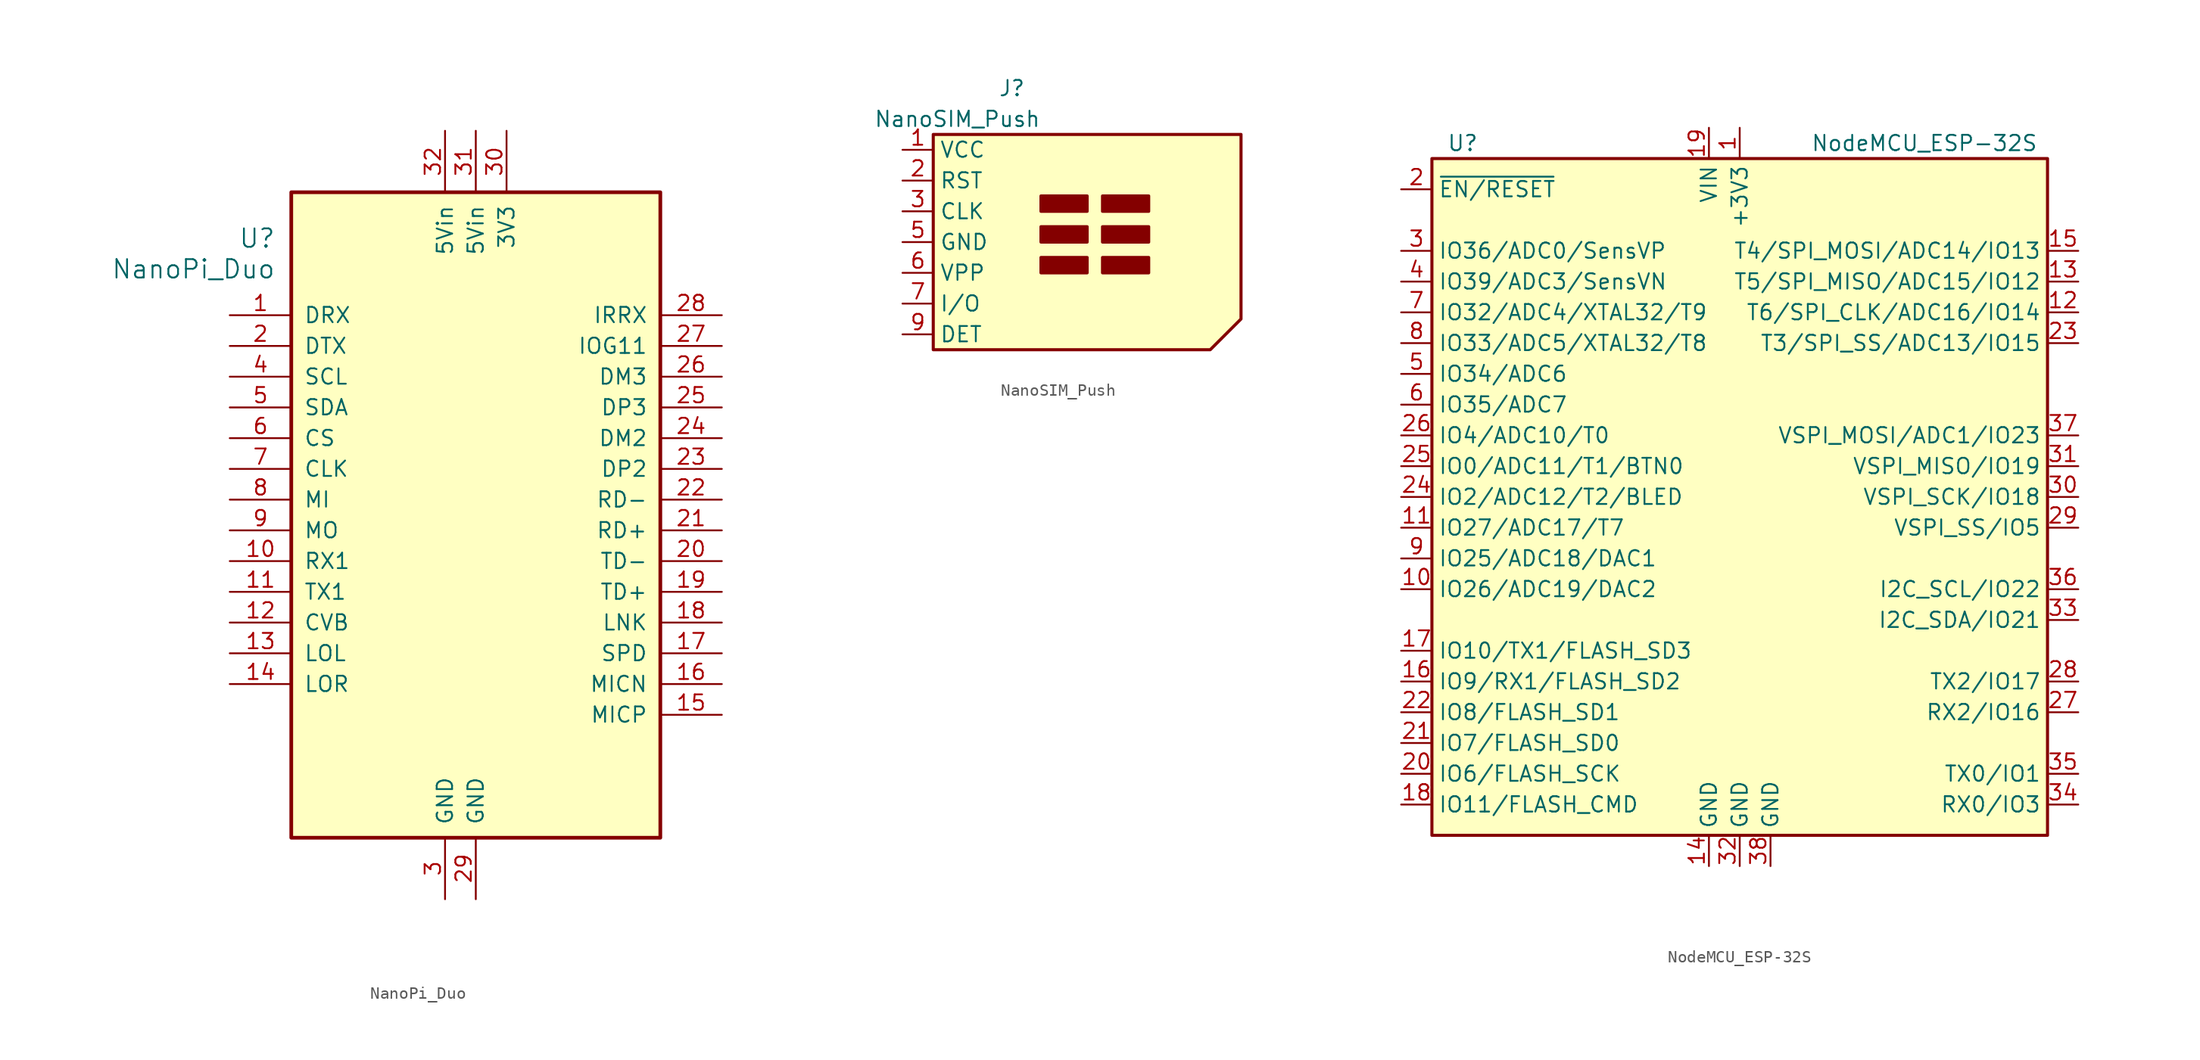
<source format=kicad_sym>
(kicad_symbol_lib
  (version 20211014)
  (generator kicad_symbol_editor)
  (symbol "NanoPi_Duo"
    (pin_names
      (offset 1.016))
    (property "Reference" "U"
      (at -16.51 22.86 0)
      (effects (font (size 1.524 1.524)) (justify right)))
    (property "Value" "NanoPi_Duo"
      (at -16.51 20.32 0)
      (effects (font (size 1.524 1.524)) (justify right)))
    (symbol "NanoPi_Duo_1_1"
      (rectangle (start -15.24 26.67) (end 15.24 -26.67) (stroke (width 0.305) (type default) (color 0 0 0 0)) (fill (type background)))
      (pin input line (at -20.32 16.51 0) (length 5.08) (name "DRX" (effects (font (size 1.27 1.27)))) (number "1" (effects (font (size 1.27 1.27)))))
      (pin input line (at -20.32 -3.81 0) (length 5.08) (name "RX1" (effects (font (size 1.27 1.27)))) (number "10" (effects (font (size 1.27 1.27)))))
      (pin output line (at -20.32 -6.35 0) (length 5.08) (name "TX1" (effects (font (size 1.27 1.27)))) (number "11" (effects (font (size 1.27 1.27)))))
      (pin bidirectional line (at -20.32 -8.89 0) (length 5.08) (name "CVB" (effects (font (size 1.27 1.27)))) (number "12" (effects (font (size 1.27 1.27)))))
      (pin output line (at -20.32 -11.43 0) (length 5.08) (name "LOL" (effects (font (size 1.27 1.27)))) (number "13" (effects (font (size 1.27 1.27)))))
      (pin output line (at -20.32 -13.97 0) (length 5.08) (name "LOR" (effects (font (size 1.27 1.27)))) (number "14" (effects (font (size 1.27 1.27)))))
      (pin input line (at 20.32 -16.51 180) (length 5.08) (name "MICP" (effects (font (size 1.27 1.27)))) (number "15" (effects (font (size 1.27 1.27)))))
      (pin input line (at 20.32 -13.97 180) (length 5.08) (name "MICN" (effects (font (size 1.27 1.27)))) (number "16" (effects (font (size 1.27 1.27)))))
      (pin input line (at 20.32 -11.43 180) (length 5.08) (name "SPD" (effects (font (size 1.27 1.27)))) (number "17" (effects (font (size 1.27 1.27)))))
      (pin input line (at 20.32 -8.89 180) (length 5.08) (name "LNK" (effects (font (size 1.27 1.27)))) (number "18" (effects (font (size 1.27 1.27)))))
      (pin output line (at 20.32 -6.35 180) (length 5.08) (name "TD+" (effects (font (size 1.27 1.27)))) (number "19" (effects (font (size 1.27 1.27)))))
      (pin output line (at -20.32 13.97 0) (length 5.08) (name "DTX" (effects (font (size 1.27 1.27)))) (number "2" (effects (font (size 1.27 1.27)))))
      (pin output line (at 20.32 -3.81 180) (length 5.08) (name "TD-" (effects (font (size 1.27 1.27)))) (number "20" (effects (font (size 1.27 1.27)))))
      (pin input line (at 20.32 -1.27 180) (length 5.08) (name "RD+" (effects (font (size 1.27 1.27)))) (number "21" (effects (font (size 1.27 1.27)))))
      (pin input line (at 20.32 1.27 180) (length 5.08) (name "RD-" (effects (font (size 1.27 1.27)))) (number "22" (effects (font (size 1.27 1.27)))))
      (pin bidirectional line (at 20.32 3.81 180) (length 5.08) (name "DP2" (effects (font (size 1.27 1.27)))) (number "23" (effects (font (size 1.27 1.27)))))
      (pin bidirectional line (at 20.32 6.35 180) (length 5.08) (name "DM2" (effects (font (size 1.27 1.27)))) (number "24" (effects (font (size 1.27 1.27)))))
      (pin bidirectional line (at 20.32 8.89 180) (length 5.08) (name "DP3" (effects (font (size 1.27 1.27)))) (number "25" (effects (font (size 1.27 1.27)))))
      (pin bidirectional line (at 20.32 11.43 180) (length 5.08) (name "DM3" (effects (font (size 1.27 1.27)))) (number "26" (effects (font (size 1.27 1.27)))))
      (pin input line (at 20.32 13.97 180) (length 5.08) (name "IOG11" (effects (font (size 1.27 1.27)))) (number "27" (effects (font (size 1.27 1.27)))))
      (pin input line (at 20.32 16.51 180) (length 5.08) (name "IRRX" (effects (font (size 1.27 1.27)))) (number "28" (effects (font (size 1.27 1.27)))))
      (pin power_in line (at 0 -31.75 90) (length 5.08) (name "GND" (effects (font (size 1.27 1.27)))) (number "29" (effects (font (size 1.27 1.27)))))
      (pin power_in line (at -2.54 -31.75 90) (length 5.08) (name "GND" (effects (font (size 1.27 1.27)))) (number "3" (effects (font (size 1.27 1.27)))))
      (pin power_out line (at 2.54 31.75 270) (length 5.08) (name "3V3" (effects (font (size 1.27 1.27)))) (number "30" (effects (font (size 1.27 1.27)))))
      (pin power_in line (at 0 31.75 270) (length 5.08) (name "5Vin" (effects (font (size 1.27 1.27)))) (number "31" (effects (font (size 1.27 1.27)))))
      (pin power_in line (at -2.54 31.75 270) (length 5.08) (name "5Vin" (effects (font (size 1.27 1.27)))) (number "32" (effects (font (size 1.27 1.27)))))
      (pin input line (at -20.32 11.43 0) (length 5.08) (name "SCL" (effects (font (size 1.27 1.27)))) (number "4" (effects (font (size 1.27 1.27)))))
      (pin bidirectional line (at -20.32 8.89 0) (length 5.08) (name "SDA" (effects (font (size 1.27 1.27)))) (number "5" (effects (font (size 1.27 1.27)))))
      (pin bidirectional line (at -20.32 6.35 0) (length 5.08) (name "CS" (effects (font (size 1.27 1.27)))) (number "6" (effects (font (size 1.27 1.27)))))
      (pin bidirectional line (at -20.32 3.81 0) (length 5.08) (name "CLK" (effects (font (size 1.27 1.27)))) (number "7" (effects (font (size 1.27 1.27)))))
      (pin input line (at -20.32 1.27 0) (length 5.08) (name "MI" (effects (font (size 1.27 1.27)))) (number "8" (effects (font (size 1.27 1.27)))))
      (pin output line (at -20.32 -1.27 0) (length 5.08) (name "MO" (effects (font (size 1.27 1.27)))) (number "9" (effects (font (size 1.27 1.27)))))))
  (symbol "NanoSIM_Push"
    (property "Reference" "J"
      (at -2.54 12.7 0)
      (effects (font (size 1.27 1.27)) (justify right)))
    (property "Value" "NanoSIM_Push"
      (at -1.27 10.16 0)
      (effects (font (size 1.27 1.27)) (justify right)))
    (symbol "NanoSIM_Push_0_1"
      (rectangle (start -1.27 -2.54) (end 2.54 -1.27) (stroke (width 0.254) (type default) (color 0 0 0 0)) (fill (type outline)))
      (rectangle (start -1.27 0) (end 2.54 1.27) (stroke (width 0.254) (type default) (color 0 0 0 0)) (fill (type outline)))
      (rectangle (start -1.27 2.54) (end 2.54 3.81) (stroke (width 0.254) (type default) (color 0 0 0 0)) (fill (type outline)))
      (polyline (pts (xy -10.16 8.89) (xy 15.24 8.89) (xy 15.24 -6.35) (xy 12.7 -8.89) (xy -10.16 -8.89) (xy -10.16 8.89)) (stroke (width 0.254) (type default) (color 0 0 0 0)) (fill (type background)))
      (rectangle (start 3.81 -1.27) (end 7.62 -2.54) (stroke (width 0.254) (type default) (color 0 0 0 0)) (fill (type outline)))
      (rectangle (start 3.81 0) (end 7.62 1.27) (stroke (width 0.254) (type default) (color 0 0 0 0)) (fill (type outline)))
      (rectangle (start 3.81 2.54) (end 7.62 3.81) (stroke (width 0.254) (type default) (color 0 0 0 0)) (fill (type outline))))
    (symbol "NanoSIM_Push_1_1"
      (pin power_in line (at -12.7 7.62 0) (length 2.54) (name "VCC" (effects (font (size 1.27 1.27)))) (number "1" (effects (font (size 1.27 1.27)))))
      (pin input line (at -12.7 5.08 0) (length 2.54) (name "RST" (effects (font (size 1.27 1.27)))) (number "2" (effects (font (size 1.27 1.27)))))
      (pin input line (at -12.7 2.54 0) (length 2.54) (name "CLK" (effects (font (size 1.27 1.27)))) (number "3" (effects (font (size 1.27 1.27)))))
      (pin power_in line (at -12.7 0 0) (length 2.54) (name "GND" (effects (font (size 1.27 1.27)))) (number "5" (effects (font (size 1.27 1.27)))))
      (pin input line (at -12.7 -2.54 0) (length 2.54) (name "VPP" (effects (font (size 1.27 1.27)))) (number "6" (effects (font (size 1.27 1.27)))))
      (pin bidirectional line (at -12.7 -5.08 0) (length 2.54) (name "I/O" (effects (font (size 1.27 1.27)))) (number "7" (effects (font (size 1.27 1.27)))))
      (pin output line (at -12.7 -7.62 0) (length 2.54) (name "DET" (effects (font (size 1.27 1.27)))) (number "9" (effects (font (size 1.27 1.27)))))))
  (symbol "NodeMCU_ESP-32S"
    (property "Reference" "U"
      (at -22.86 29.21 0)
      (effects (font (size 1.27 1.27))))
    (property "Value" "NodeMCU_ESP-32S"
      (at 15.24 29.21 0)
      (effects (font (size 1.27 1.27))))
    (symbol "NodeMCU_ESP-32S_0_1"
      (rectangle (start -25.4 -27.94) (end 25.4 27.94) (stroke (width 0.254) (type default) (color 0 0 0 0)) (fill (type background))))
    (symbol "NodeMCU_ESP-32S_1_1"
      (pin power_in line (at 0 30.48 270) (length 2.54) (name "+3V3" (effects (font (size 1.27 1.27)))) (number "1" (effects (font (size 1.27 1.27)))))
      (pin bidirectional line (at -27.94 -7.62 0) (length 2.54) (name "IO26/ADC19/DAC2" (effects (font (size 1.27 1.27)))) (number "10" (effects (font (size 1.27 1.27)))))
      (pin bidirectional line (at -27.94 -2.54 0) (length 2.54) (name "IO27/ADC17/T7" (effects (font (size 1.27 1.27)))) (number "11" (effects (font (size 1.27 1.27)))))
      (pin bidirectional line (at 27.94 15.24 180) (length 2.54) (name "T6/SPI_CLK/ADC16/IO14" (effects (font (size 1.27 1.27)))) (number "12" (effects (font (size 1.27 1.27)))))
      (pin bidirectional line (at 27.94 17.78 180) (length 2.54) (name "T5/SPI_MISO/ADC15/IO12" (effects (font (size 1.27 1.27)))) (number "13" (effects (font (size 1.27 1.27)))))
      (pin power_in line (at -2.54 -30.48 90) (length 2.54) (name "GND" (effects (font (size 1.27 1.27)))) (number "14" (effects (font (size 1.27 1.27)))))
      (pin bidirectional line (at 27.94 20.32 180) (length 2.54) (name "T4/SPI_MOSI/ADC14/IO13" (effects (font (size 1.27 1.27)))) (number "15" (effects (font (size 1.27 1.27)))))
      (pin bidirectional line (at -27.94 -15.24 0) (length 2.54) (name "IO9/RX1/FLASH_SD2" (effects (font (size 1.27 1.27)))) (number "16" (effects (font (size 1.27 1.27)))))
      (pin bidirectional line (at -27.94 -12.7 0) (length 2.54) (name "IO10/TX1/FLASH_SD3" (effects (font (size 1.27 1.27)))) (number "17" (effects (font (size 1.27 1.27)))))
      (pin bidirectional line (at -27.94 -25.4 0) (length 2.54) (name "IO11/FLASH_CMD" (effects (font (size 1.27 1.27)))) (number "18" (effects (font (size 1.27 1.27)))))
      (pin power_in line (at -2.54 30.48 270) (length 2.54) (name "VIN" (effects (font (size 1.27 1.27)))) (number "19" (effects (font (size 1.27 1.27)))))
      (pin input line (at -27.94 25.4 0) (length 2.54) (name "~{EN/RESET}" (effects (font (size 1.27 1.27)))) (number "2" (effects (font (size 1.27 1.27)))))
      (pin bidirectional line (at -27.94 -22.86 0) (length 2.54) (name "IO6/FLASH_SCK" (effects (font (size 1.27 1.27)))) (number "20" (effects (font (size 1.27 1.27)))))
      (pin bidirectional line (at -27.94 -20.32 0) (length 2.54) (name "IO7/FLASH_SD0" (effects (font (size 1.27 1.27)))) (number "21" (effects (font (size 1.27 1.27)))))
      (pin bidirectional line (at -27.94 -17.78 0) (length 2.54) (name "IO8/FLASH_SD1" (effects (font (size 1.27 1.27)))) (number "22" (effects (font (size 1.27 1.27)))))
      (pin bidirectional line (at 27.94 12.7 180) (length 2.54) (name "T3/SPI_SS/ADC13/IO15" (effects (font (size 1.27 1.27)))) (number "23" (effects (font (size 1.27 1.27)))))
      (pin bidirectional line (at -27.94 0 0) (length 2.54) (name "IO2/ADC12/T2/BLED" (effects (font (size 1.27 1.27)))) (number "24" (effects (font (size 1.27 1.27)))))
      (pin bidirectional line (at -27.94 2.54 0) (length 2.54) (name "IO0/ADC11/T1/BTN0" (effects (font (size 1.27 1.27)))) (number "25" (effects (font (size 1.27 1.27)))))
      (pin bidirectional line (at -27.94 5.08 0) (length 2.54) (name "IO4/ADC10/T0" (effects (font (size 1.27 1.27)))) (number "26" (effects (font (size 1.27 1.27)))))
      (pin bidirectional line (at 27.94 -17.78 180) (length 2.54) (name "RX2/IO16" (effects (font (size 1.27 1.27)))) (number "27" (effects (font (size 1.27 1.27)))))
      (pin bidirectional line (at 27.94 -15.24 180) (length 2.54) (name "TX2/IO17" (effects (font (size 1.27 1.27)))) (number "28" (effects (font (size 1.27 1.27)))))
      (pin bidirectional line (at 27.94 -2.54 180) (length 2.54) (name "VSPI_SS/IO5" (effects (font (size 1.27 1.27)))) (number "29" (effects (font (size 1.27 1.27)))))
      (pin bidirectional line (at -27.94 20.32 0) (length 2.54) (name "IO36/ADC0/SensVP" (effects (font (size 1.27 1.27)))) (number "3" (effects (font (size 1.27 1.27)))))
      (pin bidirectional line (at 27.94 0 180) (length 2.54) (name "VSPI_SCK/IO18" (effects (font (size 1.27 1.27)))) (number "30" (effects (font (size 1.27 1.27)))))
      (pin bidirectional line (at 27.94 2.54 180) (length 2.54) (name "VSPI_MISO/IO19" (effects (font (size 1.27 1.27)))) (number "31" (effects (font (size 1.27 1.27)))))
      (pin power_in line (at 0 -30.48 90) (length 2.54) (name "GND" (effects (font (size 1.27 1.27)))) (number "32" (effects (font (size 1.27 1.27)))))
      (pin bidirectional line (at 27.94 -10.16 180) (length 2.54) (name "I2C_SDA/IO21" (effects (font (size 1.27 1.27)))) (number "33" (effects (font (size 1.27 1.27)))))
      (pin bidirectional line (at 27.94 -25.4 180) (length 2.54) (name "RX0/IO3" (effects (font (size 1.27 1.27)))) (number "34" (effects (font (size 1.27 1.27)))))
      (pin bidirectional line (at 27.94 -22.86 180) (length 2.54) (name "TX0/IO1" (effects (font (size 1.27 1.27)))) (number "35" (effects (font (size 1.27 1.27)))))
      (pin bidirectional line (at 27.94 -7.62 180) (length 2.54) (name "I2C_SCL/IO22" (effects (font (size 1.27 1.27)))) (number "36" (effects (font (size 1.27 1.27)))))
      (pin bidirectional line (at 27.94 5.08 180) (length 2.54) (name "VSPI_MOSI/ADC1/IO23" (effects (font (size 1.27 1.27)))) (number "37" (effects (font (size 1.27 1.27)))))
      (pin power_in line (at 2.54 -30.48 90) (length 2.54) (name "GND" (effects (font (size 1.27 1.27)))) (number "38" (effects (font (size 1.27 1.27)))))
      (pin bidirectional line (at -27.94 17.78 0) (length 2.54) (name "IO39/ADC3/SensVN" (effects (font (size 1.27 1.27)))) (number "4" (effects (font (size 1.27 1.27)))))
      (pin bidirectional line (at -27.94 10.16 0) (length 2.54) (name "IO34/ADC6" (effects (font (size 1.27 1.27)))) (number "5" (effects (font (size 1.27 1.27)))))
      (pin bidirectional line (at -27.94 7.62 0) (length 2.54) (name "IO35/ADC7" (effects (font (size 1.27 1.27)))) (number "6" (effects (font (size 1.27 1.27)))))
      (pin bidirectional line (at -27.94 15.24 0) (length 2.54) (name "IO32/ADC4/XTAL32/T9" (effects (font (size 1.27 1.27)))) (number "7" (effects (font (size 1.27 1.27)))))
      (pin bidirectional line (at -27.94 12.7 0) (length 2.54) (name "IO33/ADC5/XTAL32/T8" (effects (font (size 1.27 1.27)))) (number "8" (effects (font (size 1.27 1.27)))))
      (pin bidirectional line (at -27.94 -5.08 0) (length 2.54) (name "IO25/ADC18/DAC1" (effects (font (size 1.27 1.27)))) (number "9" (effects (font (size 1.27 1.27))))))))
</source>
